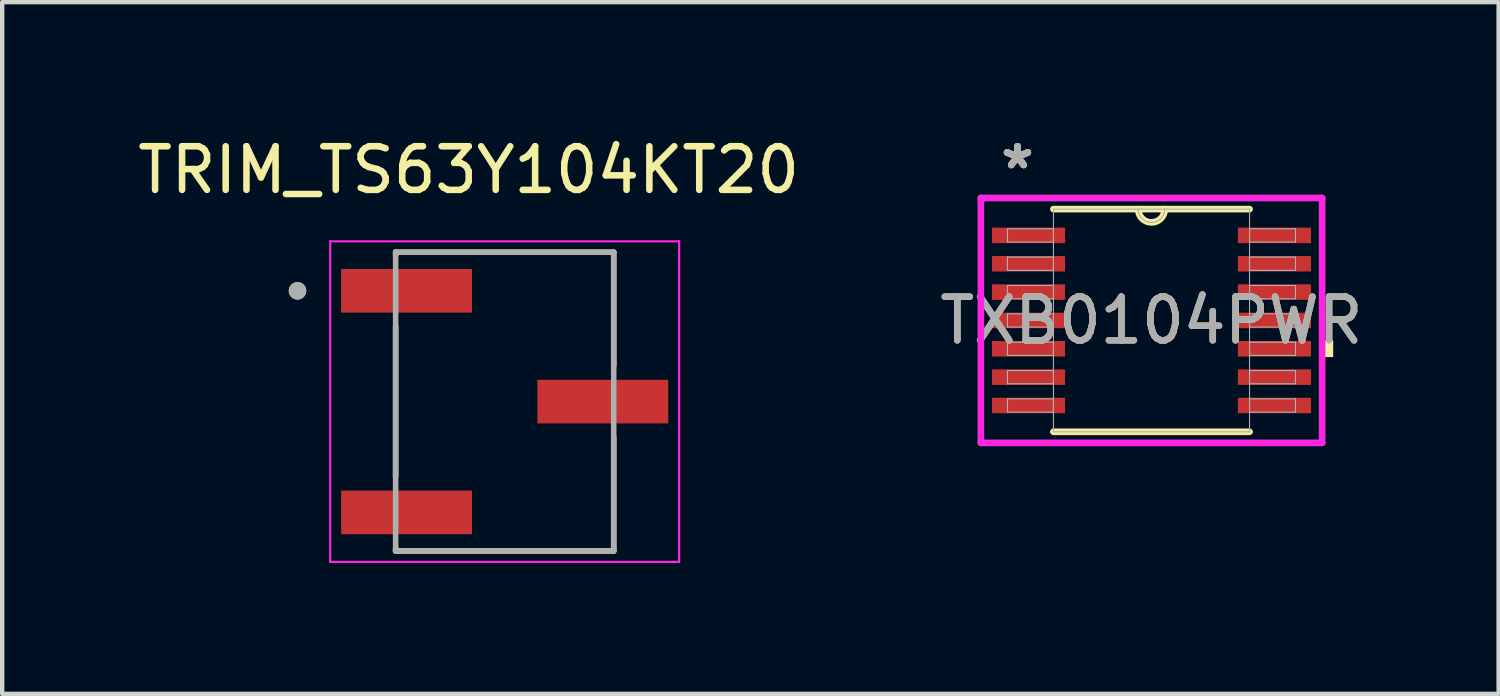
<source format=kicad_pcb>
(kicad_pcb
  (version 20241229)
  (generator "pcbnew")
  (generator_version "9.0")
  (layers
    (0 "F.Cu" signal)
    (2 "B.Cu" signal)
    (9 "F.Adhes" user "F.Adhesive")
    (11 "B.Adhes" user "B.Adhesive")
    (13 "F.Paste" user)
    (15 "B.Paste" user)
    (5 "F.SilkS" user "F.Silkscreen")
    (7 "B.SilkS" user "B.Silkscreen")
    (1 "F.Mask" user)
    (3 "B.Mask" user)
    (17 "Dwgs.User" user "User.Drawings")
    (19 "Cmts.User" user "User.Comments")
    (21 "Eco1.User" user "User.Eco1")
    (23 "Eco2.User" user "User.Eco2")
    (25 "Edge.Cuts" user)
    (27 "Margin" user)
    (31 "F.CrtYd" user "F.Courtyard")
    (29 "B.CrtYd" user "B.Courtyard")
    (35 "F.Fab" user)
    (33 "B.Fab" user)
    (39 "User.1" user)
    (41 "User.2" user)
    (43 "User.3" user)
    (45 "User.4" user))
  (footprint "TRIM_TS63Y104KT20"
    (layer "F.Cu")
    (at 8.521 6.158)
    (property "Reference" "TRIM_TS63Y104KT20" (at -0.825 -5.31 0) (layer "F.SilkS") (effects (font (size 1 1) (thickness 0.15))))
    (attr smd)
    (fp_line (start -2.5 -3.425) (end 2.5 -3.425) (stroke (width 0.127) (type solid)) (layer "F.SilkS"))
    (fp_line (start -2.5 -3.36) (end -2.5 -3.425) (stroke (width 0.127) (type solid)) (layer "F.SilkS"))
    (fp_line (start -2.5 -1.72) (end -2.5 1.72) (stroke (width 0.127) (type solid)) (layer "F.SilkS"))
    (fp_line (start -2.5 3.425) (end -2.5 3.36) (stroke (width 0.127) (type solid)) (layer "F.SilkS"))
    (fp_line (start 2.5 -3.425) (end 2.5 -0.82) (stroke (width 0.127) (type solid)) (layer "F.SilkS"))
    (fp_line (start 2.5 3.425) (end -2.5 3.425) (stroke (width 0.127) (type solid)) (layer "F.SilkS"))
    (fp_line (start 2.5 3.425) (end 2.5 0.82) (stroke (width 0.127) (type solid)) (layer "F.SilkS"))
    (fp_circle (center -4.75 -2.54) (end -4.65 -2.54) (stroke (width 0.2) (type solid)) (fill no) (layer "F.SilkS"))
    (fp_line (start -4 -3.675) (end -4 3.675) (stroke (width 0.05) (type solid)) (layer "F.CrtYd"))
    (fp_line (start -4 3.675) (end 4 3.675) (stroke (width 0.05) (type solid)) (layer "F.CrtYd"))
    (fp_line (start 4 -3.675) (end -4 -3.675) (stroke (width 0.05) (type solid)) (layer "F.CrtYd"))
    (fp_line (start 4 3.675) (end 4 -3.675) (stroke (width 0.05) (type solid)) (layer "F.CrtYd"))
    (fp_line (start -2.5 -3.425) (end 2.5 -3.425) (stroke (width 0.127) (type solid)) (layer "F.Fab"))
    (fp_line (start -2.5 3.425) (end -2.5 -3.425) (stroke (width 0.127) (type solid)) (layer "F.Fab"))
    (fp_line (start 2.5 -3.425) (end 2.5 3.425) (stroke (width 0.127) (type solid)) (layer "F.Fab"))
    (fp_line (start 2.5 3.425) (end -2.5 3.425) (stroke (width 0.127) (type solid)) (layer "F.Fab"))
    (fp_circle (center -4.75 -2.54) (end -4.65 -2.54) (stroke (width 0.2) (type solid)) (fill no) (layer "F.Fab"))
    (pad "1" smd rect (at -2.25 -2.54) (size 3 1) (layers "F.Cu" "F.Mask" "F.Paste"))
    (pad "2" smd rect (at 2.25 0) (size 3 1) (layers "F.Cu" "F.Mask" "F.Paste"))
    (pad "3" smd rect (at -2.25 2.54) (size 3 1) (layers "F.Cu" "F.Mask" "F.Paste")))
  (footprint "TXB0104PWR"
    (layer "F.Cu")
    (at 23.351 4.297)
    (property "Reference" "TXB0104PWR" (at 0 0 0) (unlocked yes) (layer "F.SilkS") (effects (font (size 1 1) (thickness 0.15))))
    (attr smd)
    (fp_line (start -2.248 2.553) (end 2.248 2.553) (stroke (width 0.152) (type solid)) (layer "F.SilkS"))
    (fp_line (start 2.248 -2.553) (end -2.248 -2.553) (stroke (width 0.152) (type solid)) (layer "F.SilkS"))
    (fp_arc (start 0.3048 -2.5527) (mid 0 -2.2479) (end -0.3048 -2.5527) (stroke (width 0.1524) (type solid)) (layer "F.SilkS"))
    (fp_poly (pts (xy 4.166 0.459) (xy 4.166 0.84) (xy 3.912 0.84) (xy 3.912 0.459)) (stroke (width 0) (type solid)) (fill yes) (layer "F.SilkS"))
    (fp_line (start -3.912 -2.807) (end 3.912 -2.807) (stroke (width 0.152) (type solid)) (layer "F.CrtYd"))
    (fp_line (start -3.912 2.807) (end -3.912 -2.807) (stroke (width 0.152) (type solid)) (layer "F.CrtYd"))
    (fp_line (start 3.912 -2.807) (end 3.912 2.807) (stroke (width 0.152) (type solid)) (layer "F.CrtYd"))
    (fp_line (start 3.912 2.807) (end -3.912 2.807) (stroke (width 0.152) (type solid)) (layer "F.CrtYd"))
    (fp_line (start -3.302 -2.102) (end -3.302 -1.798) (stroke (width 0.025) (type solid)) (layer "F.Fab"))
    (fp_line (start -3.302 -1.798) (end -2.248 -1.798) (stroke (width 0.025) (type solid)) (layer "F.Fab"))
    (fp_line (start -3.302 -1.452) (end -3.302 -1.148) (stroke (width 0.025) (type solid)) (layer "F.Fab"))
    (fp_line (start -3.302 -1.148) (end -2.248 -1.148) (stroke (width 0.025) (type solid)) (layer "F.Fab"))
    (fp_line (start -3.302 -0.802) (end -3.302 -0.498) (stroke (width 0.025) (type solid)) (layer "F.Fab"))
    (fp_line (start -3.302 -0.498) (end -2.248 -0.498) (stroke (width 0.025) (type solid)) (layer "F.Fab"))
    (fp_line (start -3.302 -0.152) (end -3.302 0.152) (stroke (width 0.025) (type solid)) (layer "F.Fab"))
    (fp_line (start -3.302 0.152) (end -2.248 0.152) (stroke (width 0.025) (type solid)) (layer "F.Fab"))
    (fp_line (start -3.302 0.498) (end -3.302 0.802) (stroke (width 0.025) (type solid)) (layer "F.Fab"))
    (fp_line (start -3.302 0.802) (end -2.248 0.802) (stroke (width 0.025) (type solid)) (layer "F.Fab"))
    (fp_line (start -3.302 1.148) (end -3.302 1.452) (stroke (width 0.025) (type solid)) (layer "F.Fab"))
    (fp_line (start -3.302 1.452) (end -2.248 1.452) (stroke (width 0.025) (type solid)) (layer "F.Fab"))
    (fp_line (start -3.302 1.798) (end -3.302 2.102) (stroke (width 0.025) (type solid)) (layer "F.Fab"))
    (fp_line (start -3.302 2.102) (end -2.248 2.102) (stroke (width 0.025) (type solid)) (layer "F.Fab"))
    (fp_line (start -2.248 -2.553) (end -2.248 2.553) (stroke (width 0.025) (type solid)) (layer "F.Fab"))
    (fp_line (start -2.248 -2.102) (end -3.302 -2.102) (stroke (width 0.025) (type solid)) (layer "F.Fab"))
    (fp_line (start -2.248 -1.798) (end -2.248 -2.102) (stroke (width 0.025) (type solid)) (layer "F.Fab"))
    (fp_line (start -2.248 -1.452) (end -3.302 -1.452) (stroke (width 0.025) (type solid)) (layer "F.Fab"))
    (fp_line (start -2.248 -1.148) (end -2.248 -1.452) (stroke (width 0.025) (type solid)) (layer "F.Fab"))
    (fp_line (start -2.248 -0.802) (end -3.302 -0.802) (stroke (width 0.025) (type solid)) (layer "F.Fab"))
    (fp_line (start -2.248 -0.498) (end -2.248 -0.802) (stroke (width 0.025) (type solid)) (layer "F.Fab"))
    (fp_line (start -2.248 -0.152) (end -3.302 -0.152) (stroke (width 0.025) (type solid)) (layer "F.Fab"))
    (fp_line (start -2.248 0.152) (end -2.248 -0.152) (stroke (width 0.025) (type solid)) (layer "F.Fab"))
    (fp_line (start -2.248 0.498) (end -3.302 0.498) (stroke (width 0.025) (type solid)) (layer "F.Fab"))
    (fp_line (start -2.248 0.802) (end -2.248 0.498) (stroke (width 0.025) (type solid)) (layer "F.Fab"))
    (fp_line (start -2.248 1.148) (end -3.302 1.148) (stroke (width 0.025) (type solid)) (layer "F.Fab"))
    (fp_line (start -2.248 1.452) (end -2.248 1.148) (stroke (width 0.025) (type solid)) (layer "F.Fab"))
    (fp_line (start -2.248 1.798) (end -3.302 1.798) (stroke (width 0.025) (type solid)) (layer "F.Fab"))
    (fp_line (start -2.248 2.102) (end -2.248 1.798) (stroke (width 0.025) (type solid)) (layer "F.Fab"))
    (fp_line (start -2.248 2.553) (end 2.248 2.553) (stroke (width 0.025) (type solid)) (layer "F.Fab"))
    (fp_line (start 2.248 -2.553) (end -2.248 -2.553) (stroke (width 0.025) (type solid)) (layer "F.Fab"))
    (fp_line (start 2.248 -2.102) (end 2.248 -1.798) (stroke (width 0.025) (type solid)) (layer "F.Fab"))
    (fp_line (start 2.248 -1.798) (end 3.302 -1.798) (stroke (width 0.025) (type solid)) (layer "F.Fab"))
    (fp_line (start 2.248 -1.452) (end 2.248 -1.148) (stroke (width 0.025) (type solid)) (layer "F.Fab"))
    (fp_line (start 2.248 -1.148) (end 3.302 -1.148) (stroke (width 0.025) (type solid)) (layer "F.Fab"))
    (fp_line (start 2.248 -0.802) (end 2.248 -0.498) (stroke (width 0.025) (type solid)) (layer "F.Fab"))
    (fp_line (start 2.248 -0.498) (end 3.302 -0.498) (stroke (width 0.025) (type solid)) (layer "F.Fab"))
    (fp_line (start 2.248 -0.152) (end 2.248 0.152) (stroke (width 0.025) (type solid)) (layer "F.Fab"))
    (fp_line (start 2.248 0.152) (end 3.302 0.152) (stroke (width 0.025) (type solid)) (layer "F.Fab"))
    (fp_line (start 2.248 0.498) (end 2.248 0.802) (stroke (width 0.025) (type solid)) (layer "F.Fab"))
    (fp_line (start 2.248 0.802) (end 3.302 0.802) (stroke (width 0.025) (type solid)) (layer "F.Fab"))
    (fp_line (start 2.248 1.148) (end 2.248 1.452) (stroke (width 0.025) (type solid)) (layer "F.Fab"))
    (fp_line (start 2.248 1.452) (end 3.302 1.452) (stroke (width 0.025) (type solid)) (layer "F.Fab"))
    (fp_line (start 2.248 1.798) (end 2.248 2.102) (stroke (width 0.025) (type solid)) (layer "F.Fab"))
    (fp_line (start 2.248 2.102) (end 3.302 2.102) (stroke (width 0.025) (type solid)) (layer "F.Fab"))
    (fp_line (start 2.248 2.553) (end 2.248 -2.553) (stroke (width 0.025) (type solid)) (layer "F.Fab"))
    (fp_line (start 3.302 -2.102) (end 2.248 -2.102) (stroke (width 0.025) (type solid)) (layer "F.Fab"))
    (fp_line (start 3.302 -1.798) (end 3.302 -2.102) (stroke (width 0.025) (type solid)) (layer "F.Fab"))
    (fp_line (start 3.302 -1.452) (end 2.248 -1.452) (stroke (width 0.025) (type solid)) (layer "F.Fab"))
    (fp_line (start 3.302 -1.148) (end 3.302 -1.452) (stroke (width 0.025) (type solid)) (layer "F.Fab"))
    (fp_line (start 3.302 -0.802) (end 2.248 -0.802) (stroke (width 0.025) (type solid)) (layer "F.Fab"))
    (fp_line (start 3.302 -0.498) (end 3.302 -0.802) (stroke (width 0.025) (type solid)) (layer "F.Fab"))
    (fp_line (start 3.302 -0.152) (end 2.248 -0.152) (stroke (width 0.025) (type solid)) (layer "F.Fab"))
    (fp_line (start 3.302 0.152) (end 3.302 -0.152) (stroke (width 0.025) (type solid)) (layer "F.Fab"))
    (fp_line (start 3.302 0.498) (end 2.248 0.498) (stroke (width 0.025) (type solid)) (layer "F.Fab"))
    (fp_line (start 3.302 0.802) (end 3.302 0.498) (stroke (width 0.025) (type solid)) (layer "F.Fab"))
    (fp_line (start 3.302 1.148) (end 2.248 1.148) (stroke (width 0.025) (type solid)) (layer "F.Fab"))
    (fp_line (start 3.302 1.452) (end 3.302 1.148) (stroke (width 0.025) (type solid)) (layer "F.Fab"))
    (fp_line (start 3.302 1.798) (end 2.248 1.798) (stroke (width 0.025) (type solid)) (layer "F.Fab"))
    (fp_line (start 3.302 2.102) (end 3.302 1.798) (stroke (width 0.025) (type solid)) (layer "F.Fab"))
    (fp_arc (start 0.3048 -2.5527) (mid 0 -2.2479) (end -0.3048 -2.5527) (stroke (width 0.0254) (type solid)) (layer "F.Fab"))
    (fp_text user "*" (at -3.073 -3.449 0) (unlocked yes) (layer "F.SilkS") (effects (font (size 1 1) (thickness 0.15))))
    (fp_text user "*" (at -3.073 -3.449 0) (layer "F.SilkS") (effects (font (size 1 1) (thickness 0.15))))
    (fp_text user "${REFERENCE}" (at 0 0 0) (unlocked yes) (layer "F.Fab") (effects (font (size 1 1) (thickness 0.15))))
    (fp_text user "*" (at -3.073 -3.449 0) (unlocked yes) (layer "F.Fab") (effects (font (size 1 1) (thickness 0.15))))
    (fp_text user "*" (at -3.073 -3.449 0) (layer "F.Fab") (effects (font (size 1 1) (thickness 0.15))))
    (pad "1" smd rect (at -2.819 -1.95) (size 1.676 0.356) (layers "F.Cu" "F.Mask" "F.Paste"))
    (pad "2" smd rect (at -2.819 -1.3) (size 1.676 0.356) (layers "F.Cu" "F.Mask" "F.Paste"))
    (pad "3" smd rect (at -2.819 -0.65) (size 1.676 0.356) (layers "F.Cu" "F.Mask" "F.Paste"))
    (pad "4" smd rect (at -2.819 0) (size 1.676 0.356) (layers "F.Cu" "F.Mask" "F.Paste"))
    (pad "5" smd rect (at -2.819 0.65) (size 1.676 0.356) (layers "F.Cu" "F.Mask" "F.Paste"))
    (pad "6" smd rect (at -2.819 1.3) (size 1.676 0.356) (layers "F.Cu" "F.Mask" "F.Paste"))
    (pad "7" smd rect (at -2.819 1.95) (size 1.676 0.356) (layers "F.Cu" "F.Mask" "F.Paste"))
    (pad "8" smd rect (at 2.819 1.95) (size 1.676 0.356) (layers "F.Cu" "F.Mask" "F.Paste"))
    (pad "9" smd rect (at 2.819 1.3) (size 1.676 0.356) (layers "F.Cu" "F.Mask" "F.Paste"))
    (pad "10" smd rect (at 2.819 0.65) (size 1.676 0.356) (layers "F.Cu" "F.Mask" "F.Paste"))
    (pad "11" smd rect (at 2.819 0) (size 1.676 0.356) (layers "F.Cu" "F.Mask" "F.Paste"))
    (pad "12" smd rect (at 2.819 -0.65) (size 1.676 0.356) (layers "F.Cu" "F.Mask" "F.Paste"))
    (pad "13" smd rect (at 2.819 -1.3) (size 1.676 0.356) (layers "F.Cu" "F.Mask" "F.Paste"))
    (pad "14" smd rect (at 2.819 -1.95) (size 1.676 0.356) (layers "F.Cu" "F.Mask" "F.Paste")))
  (gr_rect
    (start -3 -3)
    (end 31.31 12.858)
    (stroke (width 0.1) (type default))
    (fill no)
    (layer "Edge.Cuts")))
</source>
